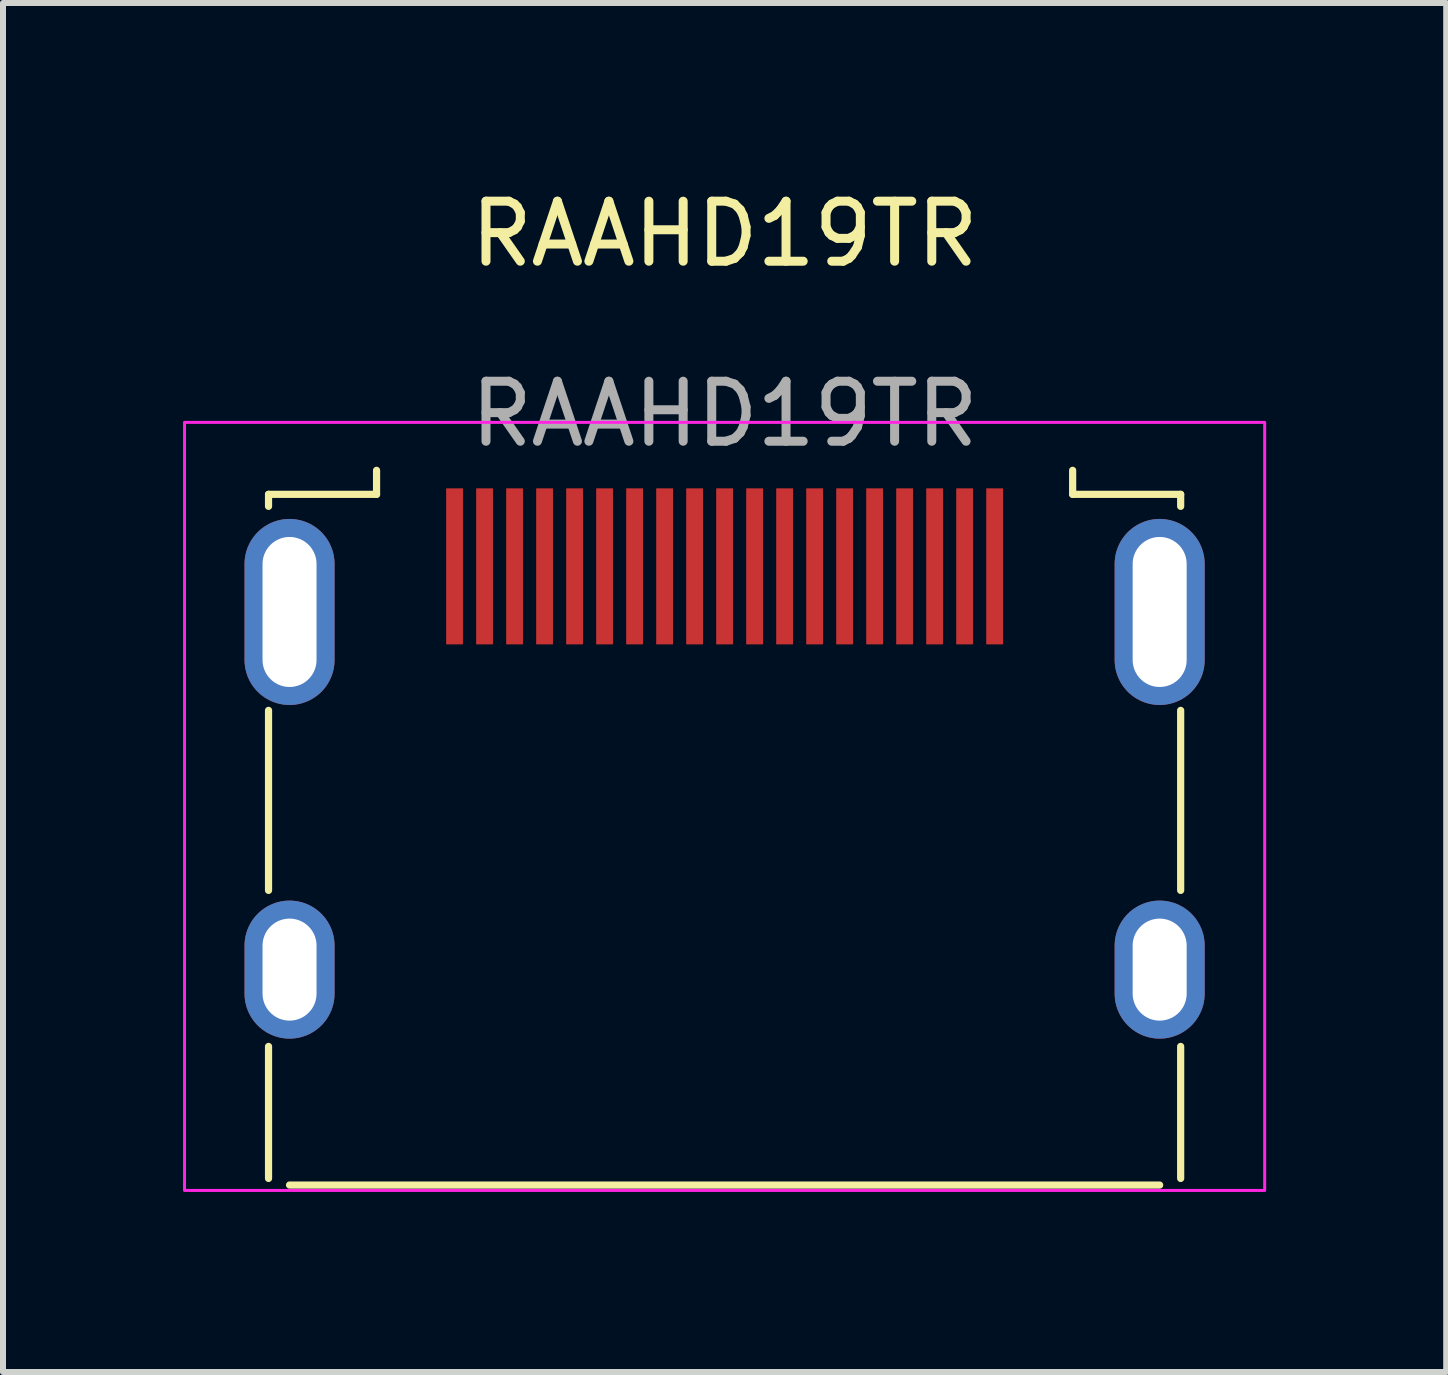
<source format=kicad_pcb>
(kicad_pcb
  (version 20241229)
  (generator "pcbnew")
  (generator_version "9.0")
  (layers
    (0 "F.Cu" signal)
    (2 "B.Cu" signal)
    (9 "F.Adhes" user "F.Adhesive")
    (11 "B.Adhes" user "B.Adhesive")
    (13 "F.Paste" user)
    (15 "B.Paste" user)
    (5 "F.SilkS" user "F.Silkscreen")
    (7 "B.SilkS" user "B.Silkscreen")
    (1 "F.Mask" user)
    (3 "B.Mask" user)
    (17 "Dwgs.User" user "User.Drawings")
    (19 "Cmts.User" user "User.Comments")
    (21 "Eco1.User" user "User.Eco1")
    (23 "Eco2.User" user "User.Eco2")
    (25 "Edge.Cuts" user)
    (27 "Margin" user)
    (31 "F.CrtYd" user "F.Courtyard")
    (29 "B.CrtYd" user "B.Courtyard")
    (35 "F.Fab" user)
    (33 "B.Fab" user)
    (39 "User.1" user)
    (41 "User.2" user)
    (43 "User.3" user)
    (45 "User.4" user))
  (footprint "RAAHD19TR"
    (layer "F.Cu")
    (at 9.025 6.388)
    (property "Reference" "RAAHD19TR" (at 0 -5.54 0) (unlocked yes) (layer "F.SilkS") (effects (font (size 1 1) (thickness 0.15))))
    (attr smd)
    (fp_line (start -7.6 -1.2) (end -5.8 -1.2) (stroke (width 0.12) (type default)) (layer "F.SilkS"))
    (fp_line (start -7.6 -1) (end -7.6 -1.2) (stroke (width 0.12) (type default)) (layer "F.SilkS"))
    (fp_line (start -7.6 2.4) (end -7.6 5.4) (stroke (width 0.12) (type default)) (layer "F.SilkS"))
    (fp_line (start -7.6 8) (end -7.6 10.2) (stroke (width 0.12) (type default)) (layer "F.SilkS"))
    (fp_line (start -7.25 10.31) (end 7.25 10.31) (stroke (width 0.12) (type default)) (layer "F.SilkS"))
    (fp_line (start -5.8 -1.2) (end -5.8 -1.6) (stroke (width 0.12) (type default)) (layer "F.SilkS"))
    (fp_line (start 5.8 -1.2) (end 5.8 -1.6) (stroke (width 0.12) (type default)) (layer "F.SilkS"))
    (fp_line (start 7.6 -1.2) (end 5.8 -1.2) (stroke (width 0.12) (type default)) (layer "F.SilkS"))
    (fp_line (start 7.6 -1) (end 7.6 -1.2) (stroke (width 0.12) (type default)) (layer "F.SilkS"))
    (fp_line (start 7.6 2.4) (end 7.6 5.4) (stroke (width 0.12) (type default)) (layer "F.SilkS"))
    (fp_line (start 7.6 8) (end 7.6 10.2) (stroke (width 0.12) (type default)) (layer "F.SilkS"))
    (fp_rect (start -9 -2.4) (end 9 10.4) (stroke (width 0.05) (type default)) (fill no) (layer "F.CrtYd"))
    (fp_text user "${REFERENCE}" (at 0 -2.54 0) (unlocked yes) (layer "F.Fab") (effects (font (size 1 1) (thickness 0.15))))
    (pad "" thru_hole oval (at -7.25 0.76) (size 1.5 3.1) (drill oval 0.9 2.5) (layers "*.Cu" "*.Mask"))
    (pad "" thru_hole oval (at -7.25 6.72) (size 1.5 2.3) (drill oval 0.9 1.7) (layers "*.Cu" "*.Mask"))
    (pad "" thru_hole oval (at 7.25 0.76) (size 1.5 3.1) (drill oval 0.9 2.5) (layers "*.Cu" "*.Mask"))
    (pad "" thru_hole oval (at 7.25 6.72) (size 1.5 2.3) (drill oval 0.9 1.7) (layers "*.Cu" "*.Mask"))
    (pad "1" smd rect (at 4.5 0) (size 0.28 2.6) (layers "F.Cu" "F.Mask" "F.Paste"))
    (pad "2" smd rect (at 4 0) (size 0.28 2.6) (layers "F.Cu" "F.Mask" "F.Paste"))
    (pad "3" smd rect (at 3.5 0) (size 0.28 2.6) (layers "F.Cu" "F.Mask" "F.Paste"))
    (pad "4" smd rect (at 3 0) (size 0.28 2.6) (layers "F.Cu" "F.Mask" "F.Paste"))
    (pad "5" smd rect (at 2.5 0) (size 0.28 2.6) (layers "F.Cu" "F.Mask" "F.Paste"))
    (pad "6" smd rect (at 2 0) (size 0.28 2.6) (layers "F.Cu" "F.Mask" "F.Paste"))
    (pad "7" smd rect (at 1.5 0) (size 0.28 2.6) (layers "F.Cu" "F.Mask" "F.Paste"))
    (pad "8" smd rect (at 1 0) (size 0.28 2.6) (layers "F.Cu" "F.Mask" "F.Paste"))
    (pad "9" smd rect (at 0.5 0) (size 0.28 2.6) (layers "F.Cu" "F.Mask" "F.Paste"))
    (pad "10" smd rect (at 0 0) (size 0.28 2.6) (layers "F.Cu" "F.Mask" "F.Paste"))
    (pad "11" smd rect (at -0.5 0) (size 0.28 2.6) (layers "F.Cu" "F.Mask" "F.Paste"))
    (pad "12" smd rect (at -1 0) (size 0.28 2.6) (layers "F.Cu" "F.Mask" "F.Paste"))
    (pad "13" smd rect (at -1.5 0) (size 0.28 2.6) (layers "F.Cu" "F.Mask" "F.Paste"))
    (pad "14" smd rect (at -2 0) (size 0.28 2.6) (layers "F.Cu" "F.Mask" "F.Paste"))
    (pad "15" smd rect (at -2.5 0) (size 0.28 2.6) (layers "F.Cu" "F.Mask" "F.Paste"))
    (pad "16" smd rect (at -3 0) (size 0.28 2.6) (layers "F.Cu" "F.Mask" "F.Paste"))
    (pad "17" smd rect (at -3.5 0) (size 0.28 2.6) (layers "F.Cu" "F.Mask" "F.Paste"))
    (pad "18" smd rect (at -4 0) (size 0.28 2.6) (layers "F.Cu" "F.Mask" "F.Paste"))
    (pad "19" smd rect (at -4.5 0) (size 0.28 2.6) (layers "F.Cu" "F.Mask" "F.Paste")))
  (gr_rect
    (start -3 -3)
    (end 21.05 19.813)
    (stroke (width 0.1) (type default))
    (fill no)
    (layer "Edge.Cuts")))
</source>
